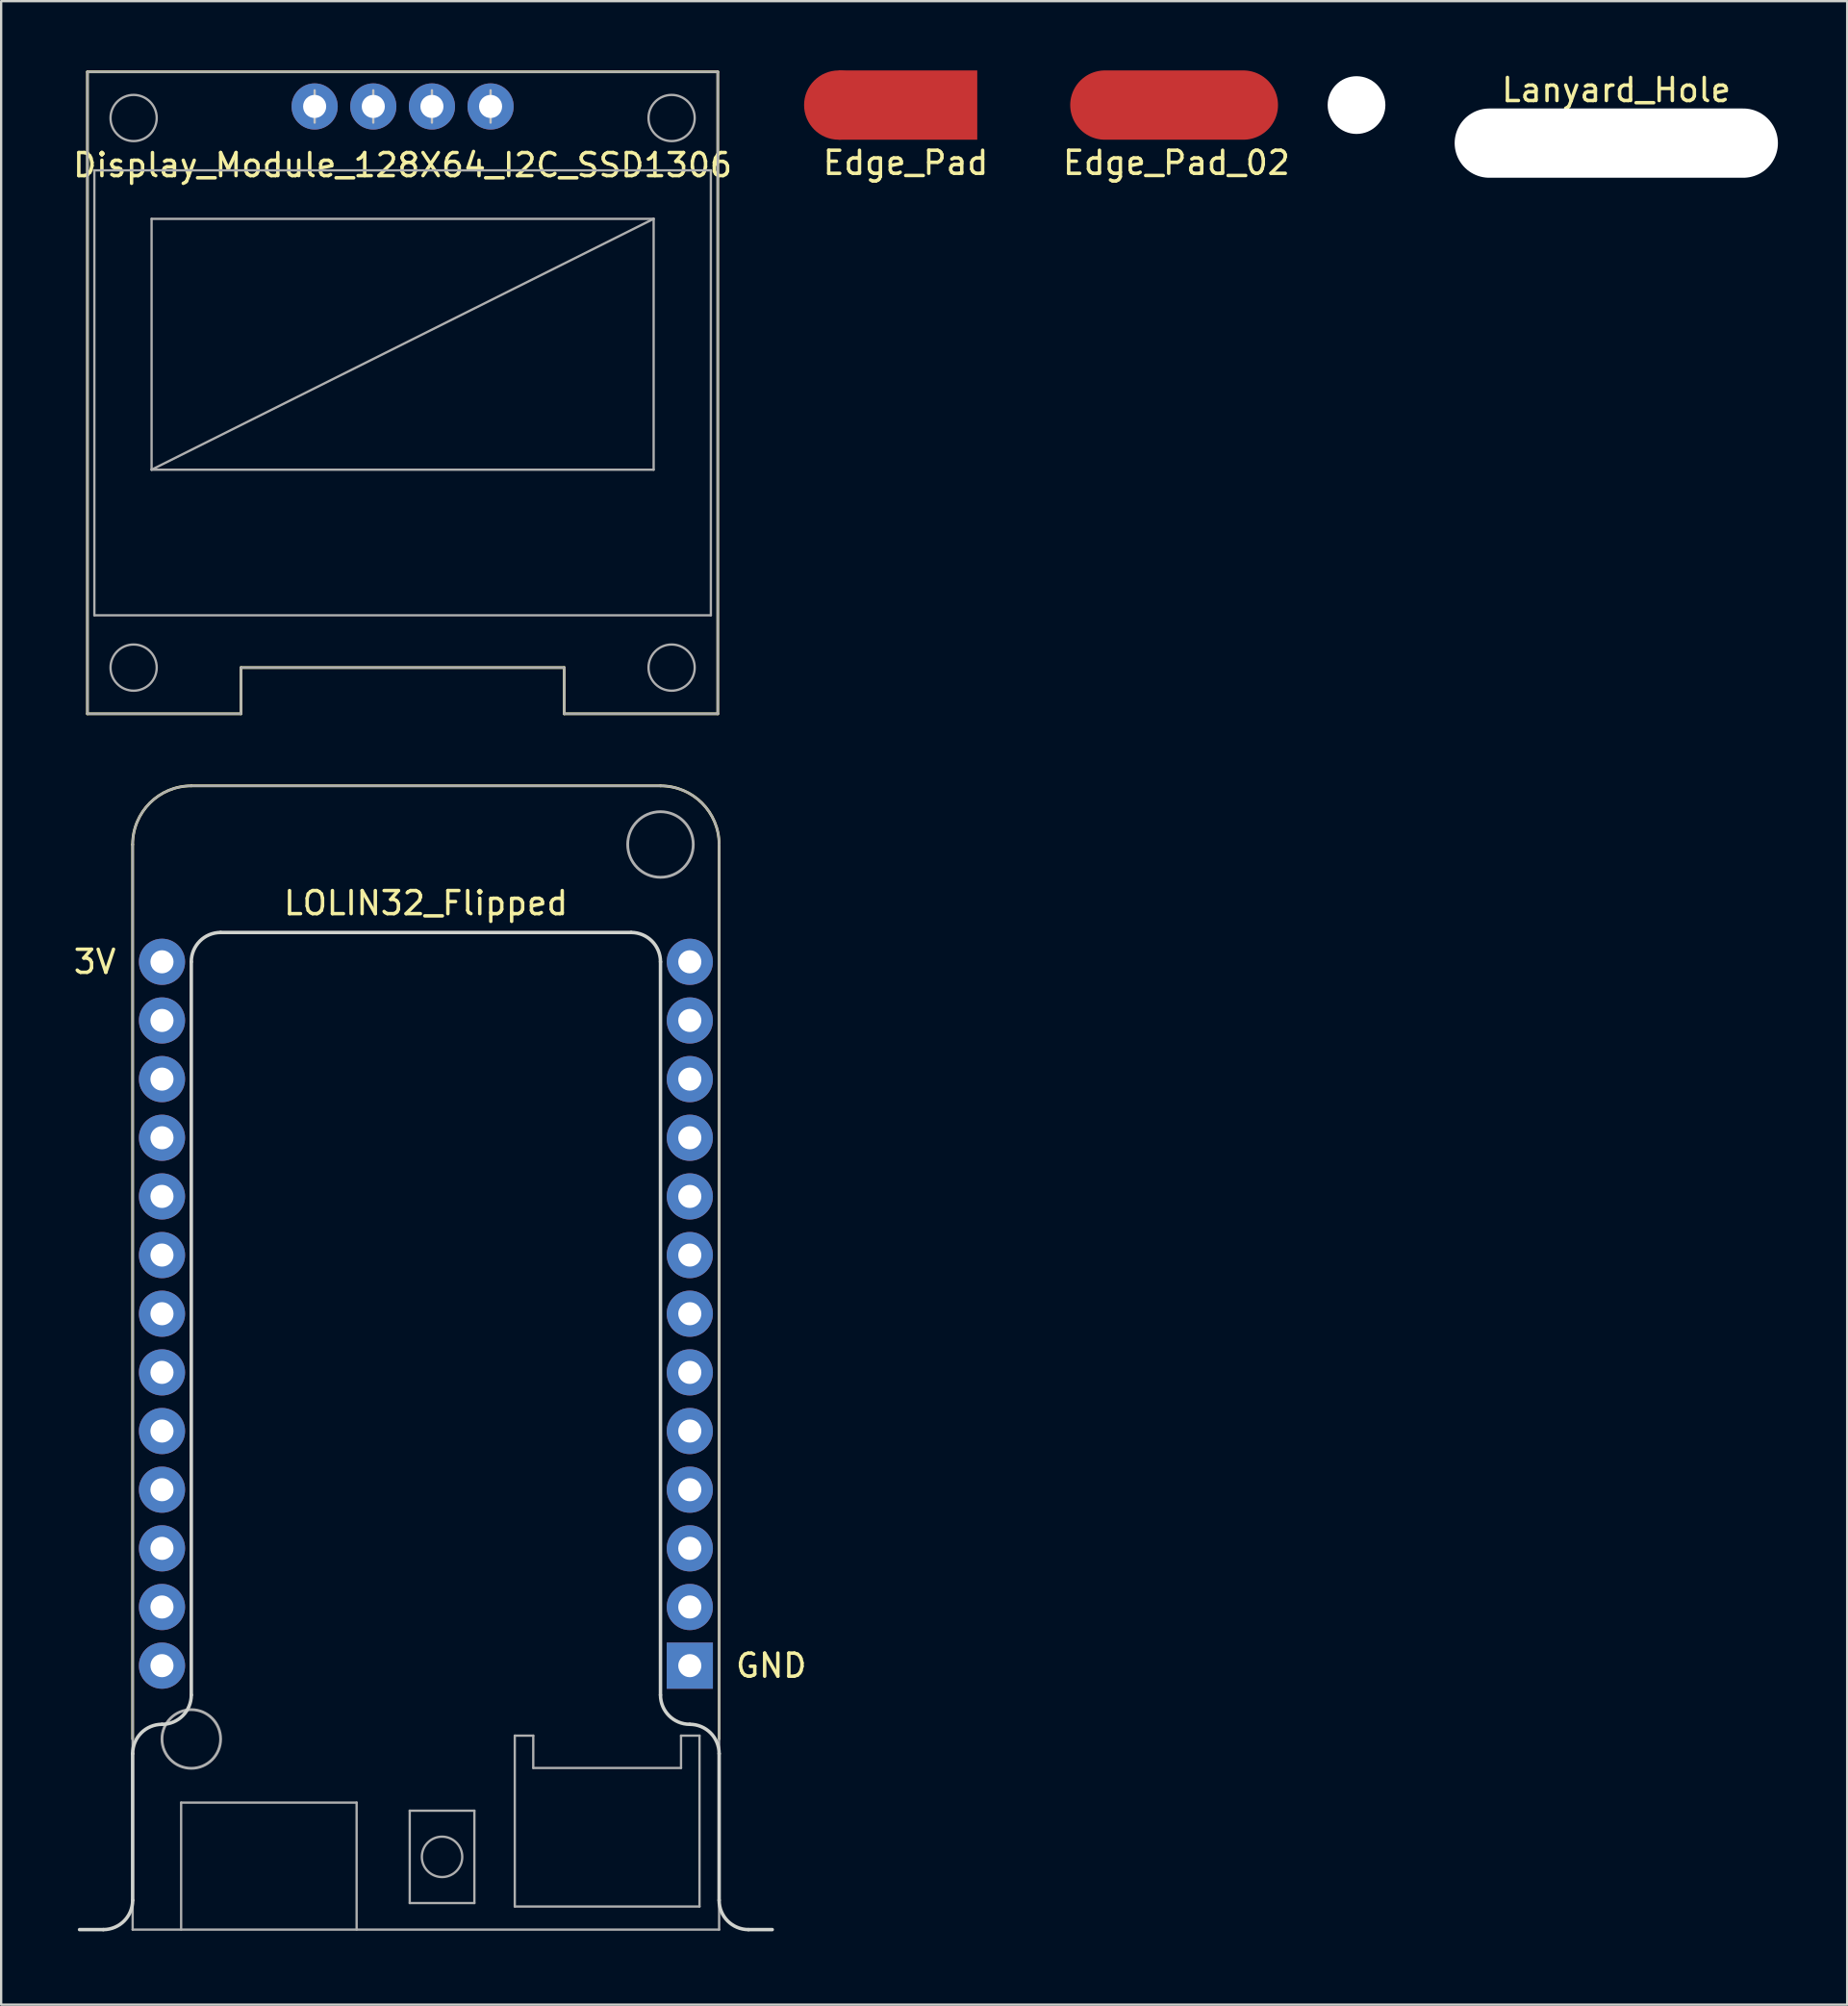
<source format=kicad_pcb>
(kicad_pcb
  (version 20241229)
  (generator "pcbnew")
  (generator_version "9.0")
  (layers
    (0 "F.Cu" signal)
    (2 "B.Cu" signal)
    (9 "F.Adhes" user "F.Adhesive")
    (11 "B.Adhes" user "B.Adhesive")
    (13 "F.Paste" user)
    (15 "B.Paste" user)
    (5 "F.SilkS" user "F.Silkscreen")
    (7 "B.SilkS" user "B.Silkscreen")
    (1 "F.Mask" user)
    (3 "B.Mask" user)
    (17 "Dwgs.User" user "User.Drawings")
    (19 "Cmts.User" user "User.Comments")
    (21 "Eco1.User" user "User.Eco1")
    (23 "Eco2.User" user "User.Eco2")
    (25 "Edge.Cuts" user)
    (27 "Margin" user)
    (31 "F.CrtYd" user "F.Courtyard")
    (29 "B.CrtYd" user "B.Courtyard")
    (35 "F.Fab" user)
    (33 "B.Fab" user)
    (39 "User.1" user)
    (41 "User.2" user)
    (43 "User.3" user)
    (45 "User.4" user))
  (footprint "Edge_Pad_02"
    (layer "F.Cu")
    (at 55.7 1.5)
    (property "Reference" "Edge_Pad_02" (at -7.8 2.5 0) (layer "F.SilkS") (effects (font (size 1 1) (thickness 0.15))))
    (attr smd)
    (pad "" np_thru_hole circle (at 0 0) (size 2.5 2.5) (drill 2.5) (layers "*.Cu" "*.Mask"))
    (pad "1" smd oval (at -7.9 0) (size 9 3) (layers "F.Cu" "F.Mask" "F.Paste")))
  (footprint "Lanyard_Hole"
    (layer "F.Cu")
    (at 66.95 3.148)
    (property "Reference" "Lanyard_Hole" (at 0 -2.3 0) (layer "F.SilkS") (effects (font (size 1 1) (thickness 0.15))))
    (attr through_hole)
    (pad "" np_thru_hole oval (at 0 0) (size 14 3) (drill oval 14 3) (layers "*.Cu" "*.Mask")))
  (footprint "LOLIN32_Flipped"
    (layer "F.Cu")
    (at 15.395 80.51)
    (property "Reference" "LOLIN32_Flipped" (at 0 -44.45 0) (layer "F.SilkS") (effects (font (size 1 1) (thickness 0.15))))
    (attr through_hole)
    (fp_line (start -12.7 -46.99) (end -12.7 -8.255) (stroke (width 0.12) (type solid)) (layer "F.SilkS"))
    (fp_line (start 10.16 -49.53) (end -10.16 -49.53) (stroke (width 0.12) (type solid)) (layer "F.SilkS"))
    (fp_line (start 12.7 -8.255) (end 12.7 -46.99) (stroke (width 0.12) (type solid)) (layer "F.SilkS"))
    (fp_arc (start -12.699998 -46.99) (mid -11.95605 -48.786051) (end -10.159999 -49.529999) (stroke (width 0.12) (type solid)) (layer "F.SilkS"))
    (fp_arc (start 10.159999 -49.53) (mid 11.95605 -48.786051) (end 12.699999 -46.99) (stroke (width 0.12) (type solid)) (layer "F.SilkS"))
    (fp_line (start -13.97 0) (end -15 0) (stroke (width 0.15) (type solid)) (layer "Edge.Cuts"))
    (fp_line (start -12.7 -7.62) (end -12.7 -1.27) (stroke (width 0.15) (type solid)) (layer "Edge.Cuts"))
    (fp_line (start -10.16 -41.91) (end -10.16 -10.16) (stroke (width 0.15) (type solid)) (layer "Edge.Cuts"))
    (fp_line (start 8.89 -43.18) (end -8.89 -43.18) (stroke (width 0.15) (type solid)) (layer "Edge.Cuts"))
    (fp_line (start 10.16 -10.16) (end 10.16 -41.91) (stroke (width 0.15) (type solid)) (layer "Edge.Cuts"))
    (fp_line (start 12.7 -1.27) (end 12.7 -7.62) (stroke (width 0.15) (type solid)) (layer "Edge.Cuts"))
    (fp_line (start 13.97 0) (end 15 0) (stroke (width 0.15) (type solid)) (layer "Edge.Cuts"))
    (fp_arc (start -12.699999 -7.62) (mid -12.328025 -8.518026) (end -11.429999 -8.89) (stroke (width 0.15) (type solid)) (layer "Edge.Cuts"))
    (fp_arc (start -12.699999 -1.27) (mid -13.071973 -0.371974) (end -13.969999 0) (stroke (width 0.15) (type solid)) (layer "Edge.Cuts"))
    (fp_arc (start -10.159999 -41.91) (mid -9.788025 -42.808026) (end -8.889999 -43.18) (stroke (width 0.15) (type solid)) (layer "Edge.Cuts"))
    (fp_arc (start -10.159999 -10.16) (mid -10.531973 -9.261974) (end -11.429999 -8.89) (stroke (width 0.15) (type solid)) (layer "Edge.Cuts"))
    (fp_arc (start 8.89 -43.18) (mid 9.788026 -42.808026) (end 10.16 -41.91) (stroke (width 0.15) (type solid)) (layer "Edge.Cuts"))
    (fp_arc (start 11.43 -8.89) (mid 10.531974 -9.261974) (end 10.16 -10.16) (stroke (width 0.15) (type solid)) (layer "Edge.Cuts"))
    (fp_arc (start 11.43 -8.89) (mid 12.328026 -8.518026) (end 12.7 -7.62) (stroke (width 0.15) (type solid)) (layer "Edge.Cuts"))
    (fp_arc (start 13.97 0) (mid 13.071974 -0.371974) (end 12.7 -1.27) (stroke (width 0.15) (type solid)) (layer "Edge.Cuts"))
    (fp_line (start -12.7 -46.99) (end -12.7 0) (stroke (width 0.1) (type solid)) (layer "F.Fab"))
    (fp_line (start -12.7 0) (end 12.7 0) (stroke (width 0.1) (type solid)) (layer "F.Fab"))
    (fp_line (start -10.6 -5.5) (end -3 -5.5) (stroke (width 0.1) (type solid)) (layer "F.Fab"))
    (fp_line (start -10.6 0) (end -10.6 -5.5) (stroke (width 0.1) (type solid)) (layer "F.Fab"))
    (fp_line (start -3 -5.5) (end -3 0) (stroke (width 0.1) (type solid)) (layer "F.Fab"))
    (fp_line (start -0.7 -5.15) (end 2.1 -5.15) (stroke (width 0.1) (type solid)) (layer "F.Fab"))
    (fp_line (start -0.7 -1.15) (end -0.7 -5.15) (stroke (width 0.1) (type solid)) (layer "F.Fab"))
    (fp_line (start 2.1 -5.15) (end 2.1 -1.15) (stroke (width 0.1) (type solid)) (layer "F.Fab"))
    (fp_line (start 2.1 -1.15) (end -0.7 -1.15) (stroke (width 0.1) (type solid)) (layer "F.Fab"))
    (fp_line (start 3.85 -8.4) (end 4.65 -8.4) (stroke (width 0.1) (type solid)) (layer "F.Fab"))
    (fp_line (start 3.85 -1) (end 3.85 -8.4) (stroke (width 0.1) (type solid)) (layer "F.Fab"))
    (fp_line (start 4.65 -7) (end 11.05 -7) (stroke (width 0.1) (type solid)) (layer "F.Fab"))
    (fp_line (start 4.65 -8.4) (end 4.65 -7) (stroke (width 0.1) (type solid)) (layer "F.Fab"))
    (fp_line (start 10.16 -49.53) (end -10.16 -49.53) (stroke (width 0.1) (type solid)) (layer "F.Fab"))
    (fp_line (start 11.05 -8.4) (end 11.85 -8.4) (stroke (width 0.1) (type solid)) (layer "F.Fab"))
    (fp_line (start 11.05 -7) (end 11.05 -8.4) (stroke (width 0.1) (type solid)) (layer "F.Fab"))
    (fp_line (start 11.85 -8.4) (end 11.85 -1) (stroke (width 0.1) (type solid)) (layer "F.Fab"))
    (fp_line (start 11.85 -1) (end 3.85 -1) (stroke (width 0.1) (type solid)) (layer "F.Fab"))
    (fp_line (start 12.7 0) (end 12.7 -46.99) (stroke (width 0.1) (type solid)) (layer "F.Fab"))
    (fp_arc (start -12.699998 -46.99) (mid -11.95605 -48.786051) (end -10.159999 -49.529999) (stroke (width 0.1) (type solid)) (layer "F.Fab"))
    (fp_arc (start 10.159999 -49.53) (mid 11.95605 -48.786051) (end 12.699999 -46.99) (stroke (width 0.1) (type solid)) (layer "F.Fab"))
    (fp_circle (center -10.16 -8.255) (end -8.89 -8.255) (stroke (width 0.12) (type solid)) (fill no) (layer "F.Fab"))
    (fp_circle (center 0.7 -3.15) (end 1.575 -3.15) (stroke (width 0.1) (type solid)) (fill no) (layer "F.Fab"))
    (fp_circle (center 10.16 -46.99) (end 11.43 -47.625) (stroke (width 0.12) (type solid)) (fill no) (layer "F.Fab"))
    (fp_text user "GND" (at 13.335 -11.43 0) (layer "F.SilkS") (effects (font (size 1 1) (thickness 0.15)) (justify left)))
    (fp_text user "3V" (at -13.335 -41.91 0) (layer "F.SilkS") (effects (font (size 1 1) (thickness 0.15)) (justify right)))
    (pad "1" thru_hole rect (at 11.43 -11.43) (size 2 2) (drill 1) (layers "*.Cu" "*.Mask"))
    (pad "2" thru_hole circle (at 11.43 -13.97) (size 2 2) (drill 1) (layers "*.Cu" "*.Mask"))
    (pad "3" thru_hole circle (at 11.43 -16.51) (size 2 2) (drill 1) (layers "*.Cu" "*.Mask"))
    (pad "4" thru_hole circle (at 11.43 -19.05) (size 2 2) (drill 1) (layers "*.Cu" "*.Mask"))
    (pad "5" thru_hole circle (at 11.43 -21.59) (size 2 2) (drill 1) (layers "*.Cu" "*.Mask"))
    (pad "6" thru_hole circle (at 11.43 -24.13) (size 2 2) (drill 1) (layers "*.Cu" "*.Mask"))
    (pad "7" thru_hole circle (at 11.43 -26.67) (size 2 2) (drill 1) (layers "*.Cu" "*.Mask"))
    (pad "8" thru_hole circle (at 11.43 -29.21) (size 2 2) (drill 1) (layers "*.Cu" "*.Mask"))
    (pad "9" thru_hole circle (at 11.43 -31.75) (size 2 2) (drill 1) (layers "*.Cu" "*.Mask"))
    (pad "10" thru_hole circle (at 11.43 -34.29) (size 2 2) (drill 1) (layers "*.Cu" "*.Mask"))
    (pad "11" thru_hole circle (at 11.43 -36.83) (size 2 2) (drill 1) (layers "*.Cu" "*.Mask"))
    (pad "12" thru_hole circle (at 11.43 -39.37) (size 2 2) (drill 1) (layers "*.Cu" "*.Mask"))
    (pad "13" thru_hole circle (at 11.43 -41.91) (size 2 2) (drill 1) (layers "*.Cu" "*.Mask"))
    (pad "14" thru_hole circle (at -11.43 -11.43) (size 2 2) (drill 1) (layers "*.Cu" "*.Mask"))
    (pad "15" thru_hole circle (at -11.43 -13.97) (size 2 2) (drill 1) (layers "*.Cu" "*.Mask"))
    (pad "16" thru_hole circle (at -11.43 -16.51) (size 2 2) (drill 1) (layers "*.Cu" "*.Mask"))
    (pad "17" thru_hole circle (at -11.43 -19.05) (size 2 2) (drill 1) (layers "*.Cu" "*.Mask"))
    (pad "18" thru_hole circle (at -11.43 -21.59) (size 2 2) (drill 1) (layers "*.Cu" "*.Mask"))
    (pad "19" thru_hole circle (at -11.43 -24.13) (size 2 2) (drill 1) (layers "*.Cu" "*.Mask"))
    (pad "20" thru_hole circle (at -11.43 -26.67) (size 2 2) (drill 1) (layers "*.Cu" "*.Mask"))
    (pad "21" thru_hole circle (at -11.43 -29.21) (size 2 2) (drill 1) (layers "*.Cu" "*.Mask"))
    (pad "22" thru_hole circle (at -11.43 -31.75) (size 2 2) (drill 1) (layers "*.Cu" "*.Mask"))
    (pad "23" thru_hole circle (at -11.43 -34.29) (size 2 2) (drill 1) (layers "*.Cu" "*.Mask"))
    (pad "24" thru_hole circle (at -11.43 -36.83) (size 2 2) (drill 1) (layers "*.Cu" "*.Mask"))
    (pad "25" thru_hole circle (at -11.43 -39.37) (size 2 2) (drill 1) (layers "*.Cu" "*.Mask"))
    (pad "26" thru_hole circle (at -11.43 -41.91) (size 2 2) (drill 1) (layers "*.Cu" "*.Mask")))
  (footprint "Display_Module_128X64_I2C_SSD1306"
    (layer "F.Cu")
    (at 14.387 1.56)
    (property "Reference" "Display_Module_128X64_I2C_SSD1306" (at 0 2.54 0) (layer "F.SilkS") (effects (font (size 1 1) (thickness 0.15))))
    (attr through_hole)
    (fp_line (start -13.65 -1.5) (end -13.65 26.3) (stroke (width 0.12) (type solid)) (layer "F.SilkS"))
    (fp_line (start -13.65 26.3) (end -7 26.3) (stroke (width 0.12) (type solid)) (layer "F.SilkS"))
    (fp_line (start -7 24.3) (end -7 26.3) (stroke (width 0.12) (type solid)) (layer "F.SilkS"))
    (fp_line (start 7 24.3) (end -7 24.3) (stroke (width 0.12) (type solid)) (layer "F.SilkS"))
    (fp_line (start 7 26.3) (end 7 24.3) (stroke (width 0.12) (type solid)) (layer "F.SilkS"))
    (fp_line (start 7 26.3) (end 13.65 26.3) (stroke (width 0.12) (type solid)) (layer "F.SilkS"))
    (fp_line (start 13.65 -1.5) (end -13.65 -1.5) (stroke (width 0.12) (type solid)) (layer "F.SilkS"))
    (fp_line (start 13.65 26.3) (end 13.65 -1.5) (stroke (width 0.12) (type solid)) (layer "F.SilkS"))
    (fp_line (start -3.81 0.7) (end -3.81 -0.7) (stroke (width 0.1) (type solid)) (layer "Dwgs.User"))
    (fp_line (start -1.27 0.7) (end -1.27 -0.7) (stroke (width 0.1) (type solid)) (layer "Dwgs.User"))
    (fp_line (start 1.27 0.7) (end 1.27 -0.7) (stroke (width 0.1) (type solid)) (layer "Dwgs.User"))
    (fp_line (start 3.81 0.7) (end 3.81 -0.7) (stroke (width 0.1) (type solid)) (layer "Dwgs.User"))
    (fp_line (start -13.65 -1.5) (end -13.65 26.3) (stroke (width 0.1) (type solid)) (layer "F.Fab"))
    (fp_line (start -13.65 26.3) (end -7 26.3) (stroke (width 0.1) (type solid)) (layer "F.Fab"))
    (fp_line (start -13.35 2.766) (end -13.35 22.034) (stroke (width 0.1) (type solid)) (layer "F.Fab"))
    (fp_line (start -13.35 22.034) (end 13.35 22.034) (stroke (width 0.1) (type solid)) (layer "F.Fab"))
    (fp_line (start -10.872 4.866) (end -10.872 15.73) (stroke (width 0.1) (type solid)) (layer "F.Fab"))
    (fp_line (start -10.872 15.73) (end 10.872 4.866) (stroke (width 0.1) (type solid)) (layer "F.Fab"))
    (fp_line (start -10.872 15.73) (end 10.872 15.73) (stroke (width 0.1) (type solid)) (layer "F.Fab"))
    (fp_line (start -7 24.3) (end -7 26.3) (stroke (width 0.1) (type solid)) (layer "F.Fab"))
    (fp_line (start 7 24.3) (end -7 24.3) (stroke (width 0.1) (type solid)) (layer "F.Fab"))
    (fp_line (start 7 26.3) (end 7 24.3) (stroke (width 0.1) (type solid)) (layer "F.Fab"))
    (fp_line (start 7 26.3) (end 13.65 26.3) (stroke (width 0.1) (type solid)) (layer "F.Fab"))
    (fp_line (start 10.872 4.866) (end -10.872 4.866) (stroke (width 0.1) (type solid)) (layer "F.Fab"))
    (fp_line (start 10.872 15.73) (end 10.872 4.866) (stroke (width 0.1) (type solid)) (layer "F.Fab"))
    (fp_line (start 13.35 2.766) (end -13.35 2.766) (stroke (width 0.1) (type solid)) (layer "F.Fab"))
    (fp_line (start 13.35 22.034) (end 13.35 2.766) (stroke (width 0.1) (type solid)) (layer "F.Fab"))
    (fp_line (start 13.65 -1.5) (end -13.65 -1.5) (stroke (width 0.1) (type solid)) (layer "F.Fab"))
    (fp_line (start 13.65 26.3) (end 13.65 -1.5) (stroke (width 0.1) (type solid)) (layer "F.Fab"))
    (fp_circle (center -11.65 0.5) (end -10.65 0.5) (stroke (width 0.1) (type solid)) (fill no) (layer "F.Fab"))
    (fp_circle (center -11.65 24.3) (end -10.65 24.3) (stroke (width 0.1) (type solid)) (fill no) (layer "F.Fab"))
    (fp_circle (center 11.65 0.5) (end 12.65 0.5) (stroke (width 0.1) (type solid)) (fill no) (layer "F.Fab"))
    (fp_circle (center 11.65 24.3) (end 12.65 24.3) (stroke (width 0.1) (type solid)) (fill no) (layer "F.Fab"))
    (pad "1" thru_hole circle (at -3.81 0) (size 2 2) (drill 1) (layers "*.Cu" "*.Mask"))
    (pad "2" thru_hole circle (at -1.27 0) (size 2 2) (drill 1) (layers "*.Cu" "*.Mask"))
    (pad "3" thru_hole circle (at 1.27 0) (size 2 2) (drill 1) (layers "*.Cu" "*.Mask"))
    (pad "4" thru_hole circle (at 3.81 0) (size 2 2) (drill 1) (layers "*.Cu" "*.Mask")))
  (footprint "Edge_Pad"
    (layer "F.Cu")
    (at 39.274 1.5)
    (property "Reference" "Edge_Pad" (at -3.1 2.5 0) (layer "F.SilkS") (effects (font (size 1 1) (thickness 0.15))))
    (attr smd)
    (pad "" smd rect (at -3 0) (size 6 3) (layers "F.Cu" "F.Mask" "F.Paste"))
    (pad "1" smd circle (at -6 0) (size 3 3) (layers "F.Cu" "F.Mask" "F.Paste")))
  (gr_rect
    (start -3 -3)
    (end 76.95 83.76)
    (stroke (width 0.1) (type default))
    (fill no)
    (layer "Edge.Cuts")))
</source>
